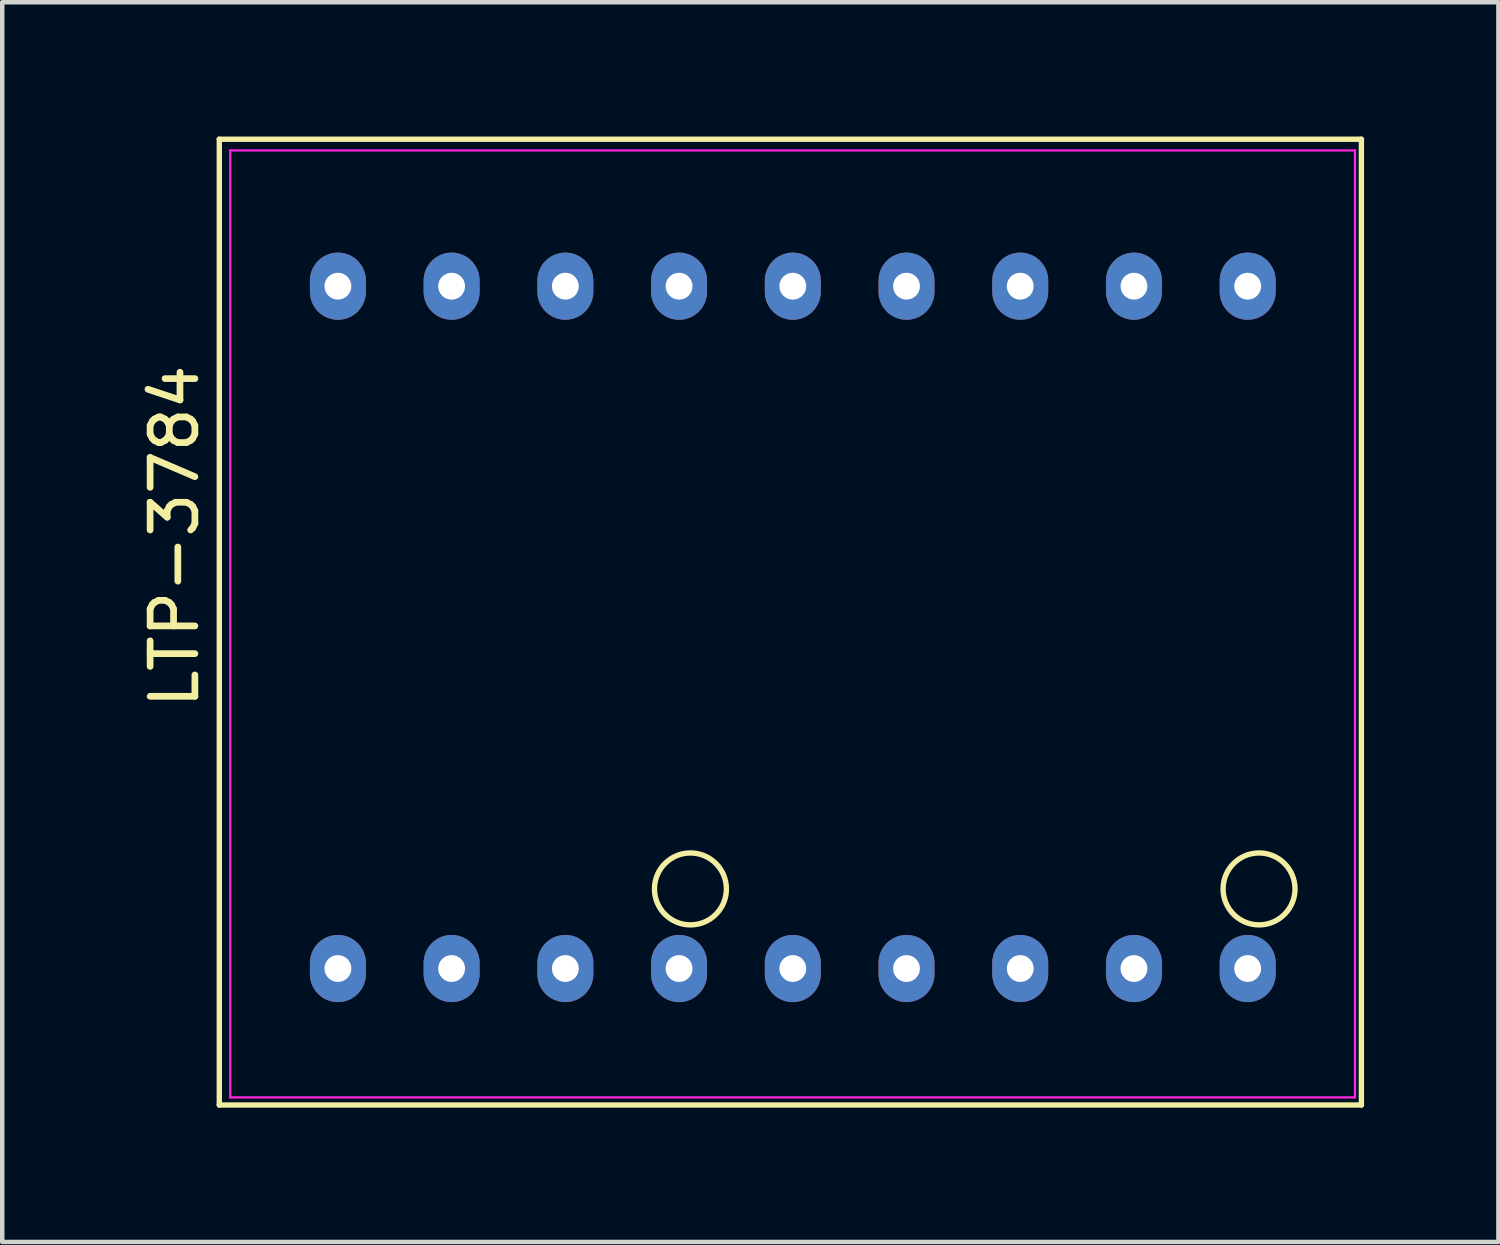
<source format=kicad_pcb>
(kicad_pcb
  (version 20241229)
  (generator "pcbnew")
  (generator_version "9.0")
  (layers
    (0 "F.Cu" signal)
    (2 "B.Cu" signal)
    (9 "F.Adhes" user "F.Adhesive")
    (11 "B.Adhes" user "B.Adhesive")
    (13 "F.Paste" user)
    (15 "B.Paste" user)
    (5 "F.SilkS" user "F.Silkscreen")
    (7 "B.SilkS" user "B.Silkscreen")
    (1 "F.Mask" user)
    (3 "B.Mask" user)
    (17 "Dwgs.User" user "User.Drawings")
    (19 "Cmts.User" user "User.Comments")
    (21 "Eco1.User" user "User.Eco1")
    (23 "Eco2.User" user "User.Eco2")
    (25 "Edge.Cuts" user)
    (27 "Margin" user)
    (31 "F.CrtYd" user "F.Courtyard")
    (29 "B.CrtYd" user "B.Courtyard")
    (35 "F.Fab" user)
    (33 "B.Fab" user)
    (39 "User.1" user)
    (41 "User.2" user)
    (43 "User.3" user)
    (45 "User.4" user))
  (footprint "LTP-3784"
    (layer "F.Cu")
    (at 13.133 8.93)
    (property "Reference" "LTP-3784" (at -12.285 0 90) (layer "F.SilkS") (effects (font (size 1 1) (thickness 0.15))))
    (attr through_hole)
    (fp_line (start -11.285 -8.87) (end -11.285 12.7) (stroke (width 0.12) (type solid)) (layer "F.SilkS"))
    (fp_line (start -11.285 12.7) (end 14.224 12.7) (stroke (width 0.12) (type solid)) (layer "F.SilkS"))
    (fp_line (start 14.224 -8.87) (end -11.285 -8.87) (stroke (width 0.12) (type solid)) (layer "F.SilkS"))
    (fp_line (start 14.224 12.7) (end 14.224 -8.87) (stroke (width 0.12) (type solid)) (layer "F.SilkS"))
    (fp_circle (center -0.762 7.874) (end 0 7.62) (stroke (width 0.12) (type solid)) (fill no) (layer "F.SilkS"))
    (fp_circle (center 11.938 7.874) (end 12.7 7.62) (stroke (width 0.12) (type solid)) (fill no) (layer "F.SilkS"))
    (fp_line (start -11.04 -8.62) (end 14.08 -8.62) (stroke (width 0.05) (type solid)) (layer "F.CrtYd"))
    (fp_line (start -11.04 12.53) (end -11.04 -8.62) (stroke (width 0.05) (type solid)) (layer "F.CrtYd"))
    (fp_line (start 14.08 -8.62) (end 14.08 12.53) (stroke (width 0.05) (type solid)) (layer "F.CrtYd"))
    (fp_line (start 14.08 12.53) (end -11.04 12.53) (stroke (width 0.05) (type solid)) (layer "F.CrtYd"))
    (pad "1" thru_hole oval (at -8.636 9.652) (size 1.25 1.5) (drill 0.6) (layers "*.Cu" "*.Mask"))
    (pad "2" thru_hole oval (at -6.096 9.652) (size 1.25 1.5) (drill 0.6) (layers "*.Cu" "*.Mask"))
    (pad "3" thru_hole oval (at -3.556 9.652) (size 1.25 1.5) (drill 0.6) (layers "*.Cu" "*.Mask"))
    (pad "4" thru_hole oval (at -1.016 9.652) (size 1.25 1.5) (drill 0.6) (layers "*.Cu" "*.Mask"))
    (pad "5" thru_hole oval (at 1.524 9.652) (size 1.25 1.5) (drill 0.6) (layers "*.Cu" "*.Mask"))
    (pad "6" thru_hole oval (at 4.064 9.652) (size 1.25 1.5) (drill 0.6) (layers "*.Cu" "*.Mask"))
    (pad "7" thru_hole oval (at 6.604 9.652) (size 1.25 1.5) (drill 0.6) (layers "*.Cu" "*.Mask"))
    (pad "8" thru_hole oval (at 9.144 9.652) (size 1.25 1.5) (drill 0.6) (layers "*.Cu" "*.Mask"))
    (pad "9" thru_hole oval (at 11.684 9.652) (size 1.25 1.5) (drill 0.6) (layers "*.Cu" "*.Mask"))
    (pad "10" thru_hole oval (at 11.684 -5.588) (size 1.25 1.5) (drill 0.6) (layers "*.Cu" "*.Mask"))
    (pad "11" thru_hole oval (at 9.144 -5.588) (size 1.25 1.5) (drill 0.6) (layers "*.Cu" "*.Mask"))
    (pad "12" thru_hole oval (at 6.604 -5.588) (size 1.25 1.5) (drill 0.6) (layers "*.Cu" "*.Mask"))
    (pad "13" thru_hole oval (at 4.064 -5.588) (size 1.25 1.5) (drill 0.6) (layers "*.Cu" "*.Mask"))
    (pad "14" thru_hole oval (at 1.524 -5.588) (size 1.25 1.5) (drill 0.6) (layers "*.Cu" "*.Mask"))
    (pad "15" thru_hole oval (at -1.016 -5.588) (size 1.25 1.5) (drill 0.6) (layers "*.Cu" "*.Mask"))
    (pad "16" thru_hole oval (at -3.556 -5.588) (size 1.25 1.5) (drill 0.6) (layers "*.Cu" "*.Mask"))
    (pad "17" thru_hole oval (at -6.096 -5.588) (size 1.25 1.5) (drill 0.6) (layers "*.Cu" "*.Mask"))
    (pad "18" thru_hole oval (at -8.636 -5.588) (size 1.25 1.5) (drill 0.6) (layers "*.Cu" "*.Mask")))
  (gr_rect
    (start -3 -3)
    (end 30.417 24.69)
    (stroke (width 0.1) (type default))
    (fill no)
    (layer "Edge.Cuts")))
</source>
